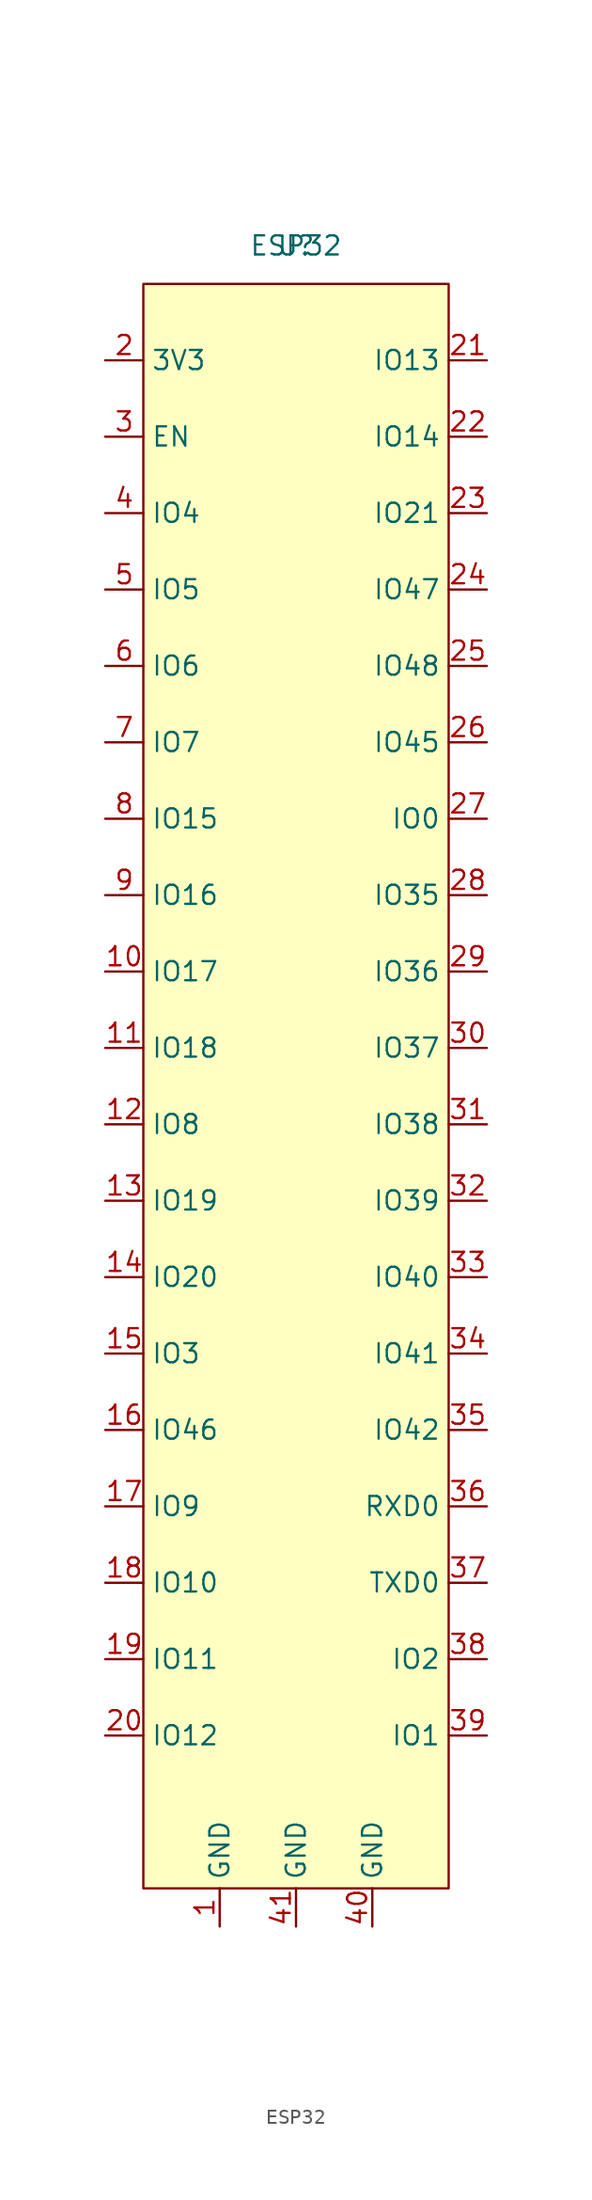
<source format=kicad_sym>
(kicad_symbol_lib
  (version 20211014)
  (generator kicad_symbol_editor)
  (symbol "ESP32"
    (property "Reference" "U"
      (at 0 53.34 0)
      (effects (font (size 1.27 1.27))))
    (property "Value" "ESP32"
      (at 0 53.34 0)
      (effects (font (size 1.27 1.27))))
    (symbol "ESP32_0_1"
      (rectangle (start -10.16 50.8) (end 10.16 -55.88) (stroke (width 0.152) (type default) (color 0 0 0 0)) (fill (type background))))
    (symbol "ESP32_1_1"
      (pin input line (at -5.08 -58.42 90) (length 2.54) (name "GND" (effects (font (size 1.27 1.27)))) (number "1" (effects (font (size 1.27 1.27)))))
      (pin input line (at -12.7 5.08 0) (length 2.54) (name "IO17" (effects (font (size 1.27 1.27)))) (number "10" (effects (font (size 1.27 1.27)))))
      (pin input line (at -12.7 0 0) (length 2.54) (name "IO18" (effects (font (size 1.27 1.27)))) (number "11" (effects (font (size 1.27 1.27)))))
      (pin input line (at -12.7 -5.08 0) (length 2.54) (name "IO8" (effects (font (size 1.27 1.27)))) (number "12" (effects (font (size 1.27 1.27)))))
      (pin input line (at -12.7 -10.16 0) (length 2.54) (name "IO19" (effects (font (size 1.27 1.27)))) (number "13" (effects (font (size 1.27 1.27)))))
      (pin input line (at -12.7 -15.24 0) (length 2.54) (name "IO20" (effects (font (size 1.27 1.27)))) (number "14" (effects (font (size 1.27 1.27)))))
      (pin input line (at -12.7 -20.32 0) (length 2.54) (name "IO3" (effects (font (size 1.27 1.27)))) (number "15" (effects (font (size 1.27 1.27)))))
      (pin input line (at -12.7 -25.4 0) (length 2.54) (name "IO46" (effects (font (size 1.27 1.27)))) (number "16" (effects (font (size 1.27 1.27)))))
      (pin input line (at -12.7 -30.48 0) (length 2.54) (name "IO9" (effects (font (size 1.27 1.27)))) (number "17" (effects (font (size 1.27 1.27)))))
      (pin input line (at -12.7 -35.56 0) (length 2.54) (name "IO10" (effects (font (size 1.27 1.27)))) (number "18" (effects (font (size 1.27 1.27)))))
      (pin input line (at -12.7 -40.64 0) (length 2.54) (name "IO11" (effects (font (size 1.27 1.27)))) (number "19" (effects (font (size 1.27 1.27)))))
      (pin input line (at -12.7 45.72 0) (length 2.54) (name "3V3" (effects (font (size 1.27 1.27)))) (number "2" (effects (font (size 1.27 1.27)))))
      (pin input line (at -12.7 -45.72 0) (length 2.54) (name "IO12" (effects (font (size 1.27 1.27)))) (number "20" (effects (font (size 1.27 1.27)))))
      (pin input line (at 12.7 45.72 180) (length 2.54) (name "IO13" (effects (font (size 1.27 1.27)))) (number "21" (effects (font (size 1.27 1.27)))))
      (pin input line (at 12.7 40.64 180) (length 2.54) (name "IO14" (effects (font (size 1.27 1.27)))) (number "22" (effects (font (size 1.27 1.27)))))
      (pin input line (at 12.7 35.56 180) (length 2.54) (name "IO21" (effects (font (size 1.27 1.27)))) (number "23" (effects (font (size 1.27 1.27)))))
      (pin input line (at 12.7 30.48 180) (length 2.54) (name "IO47" (effects (font (size 1.27 1.27)))) (number "24" (effects (font (size 1.27 1.27)))))
      (pin input line (at 12.7 25.4 180) (length 2.54) (name "IO48" (effects (font (size 1.27 1.27)))) (number "25" (effects (font (size 1.27 1.27)))))
      (pin input line (at 12.7 20.32 180) (length 2.54) (name "IO45" (effects (font (size 1.27 1.27)))) (number "26" (effects (font (size 1.27 1.27)))))
      (pin input line (at 12.7 15.24 180) (length 2.54) (name "IO0" (effects (font (size 1.27 1.27)))) (number "27" (effects (font (size 1.27 1.27)))))
      (pin input line (at 12.7 10.16 180) (length 2.54) (name "IO35" (effects (font (size 1.27 1.27)))) (number "28" (effects (font (size 1.27 1.27)))))
      (pin input line (at 12.7 5.08 180) (length 2.54) (name "IO36" (effects (font (size 1.27 1.27)))) (number "29" (effects (font (size 1.27 1.27)))))
      (pin input line (at -12.7 40.64 0) (length 2.54) (name "EN" (effects (font (size 1.27 1.27)))) (number "3" (effects (font (size 1.27 1.27)))))
      (pin input line (at 12.7 0 180) (length 2.54) (name "IO37" (effects (font (size 1.27 1.27)))) (number "30" (effects (font (size 1.27 1.27)))))
      (pin input line (at 12.7 -5.08 180) (length 2.54) (name "IO38" (effects (font (size 1.27 1.27)))) (number "31" (effects (font (size 1.27 1.27)))))
      (pin input line (at 12.7 -10.16 180) (length 2.54) (name "IO39" (effects (font (size 1.27 1.27)))) (number "32" (effects (font (size 1.27 1.27)))))
      (pin input line (at 12.7 -15.24 180) (length 2.54) (name "IO40" (effects (font (size 1.27 1.27)))) (number "33" (effects (font (size 1.27 1.27)))))
      (pin input line (at 12.7 -20.32 180) (length 2.54) (name "IO41" (effects (font (size 1.27 1.27)))) (number "34" (effects (font (size 1.27 1.27)))))
      (pin input line (at 12.7 -25.4 180) (length 2.54) (name "IO42" (effects (font (size 1.27 1.27)))) (number "35" (effects (font (size 1.27 1.27)))))
      (pin input line (at 12.7 -30.48 180) (length 2.54) (name "RXD0" (effects (font (size 1.27 1.27)))) (number "36" (effects (font (size 1.27 1.27)))))
      (pin input line (at 12.7 -35.56 180) (length 2.54) (name "TXD0" (effects (font (size 1.27 1.27)))) (number "37" (effects (font (size 1.27 1.27)))))
      (pin input line (at 12.7 -40.64 180) (length 2.54) (name "IO2" (effects (font (size 1.27 1.27)))) (number "38" (effects (font (size 1.27 1.27)))))
      (pin input line (at 12.7 -45.72 180) (length 2.54) (name "IO1" (effects (font (size 1.27 1.27)))) (number "39" (effects (font (size 1.27 1.27)))))
      (pin input line (at -12.7 35.56 0) (length 2.54) (name "IO4" (effects (font (size 1.27 1.27)))) (number "4" (effects (font (size 1.27 1.27)))))
      (pin input line (at 5.08 -58.42 90) (length 2.54) (name "GND" (effects (font (size 1.27 1.27)))) (number "40" (effects (font (size 1.27 1.27)))))
      (pin input line (at 0 -58.42 90) (length 2.54) (name "GND" (effects (font (size 1.27 1.27)))) (number "41" (effects (font (size 1.27 1.27)))))
      (pin input line (at -12.7 30.48 0) (length 2.54) (name "IO5" (effects (font (size 1.27 1.27)))) (number "5" (effects (font (size 1.27 1.27)))))
      (pin input line (at -12.7 25.4 0) (length 2.54) (name "IO6" (effects (font (size 1.27 1.27)))) (number "6" (effects (font (size 1.27 1.27)))))
      (pin input line (at -12.7 20.32 0) (length 2.54) (name "IO7" (effects (font (size 1.27 1.27)))) (number "7" (effects (font (size 1.27 1.27)))))
      (pin input line (at -12.7 15.24 0) (length 2.54) (name "IO15" (effects (font (size 1.27 1.27)))) (number "8" (effects (font (size 1.27 1.27)))))
      (pin input line (at -12.7 10.16 0) (length 2.54) (name "IO16" (effects (font (size 1.27 1.27)))) (number "9" (effects (font (size 1.27 1.27))))))))
</source>
